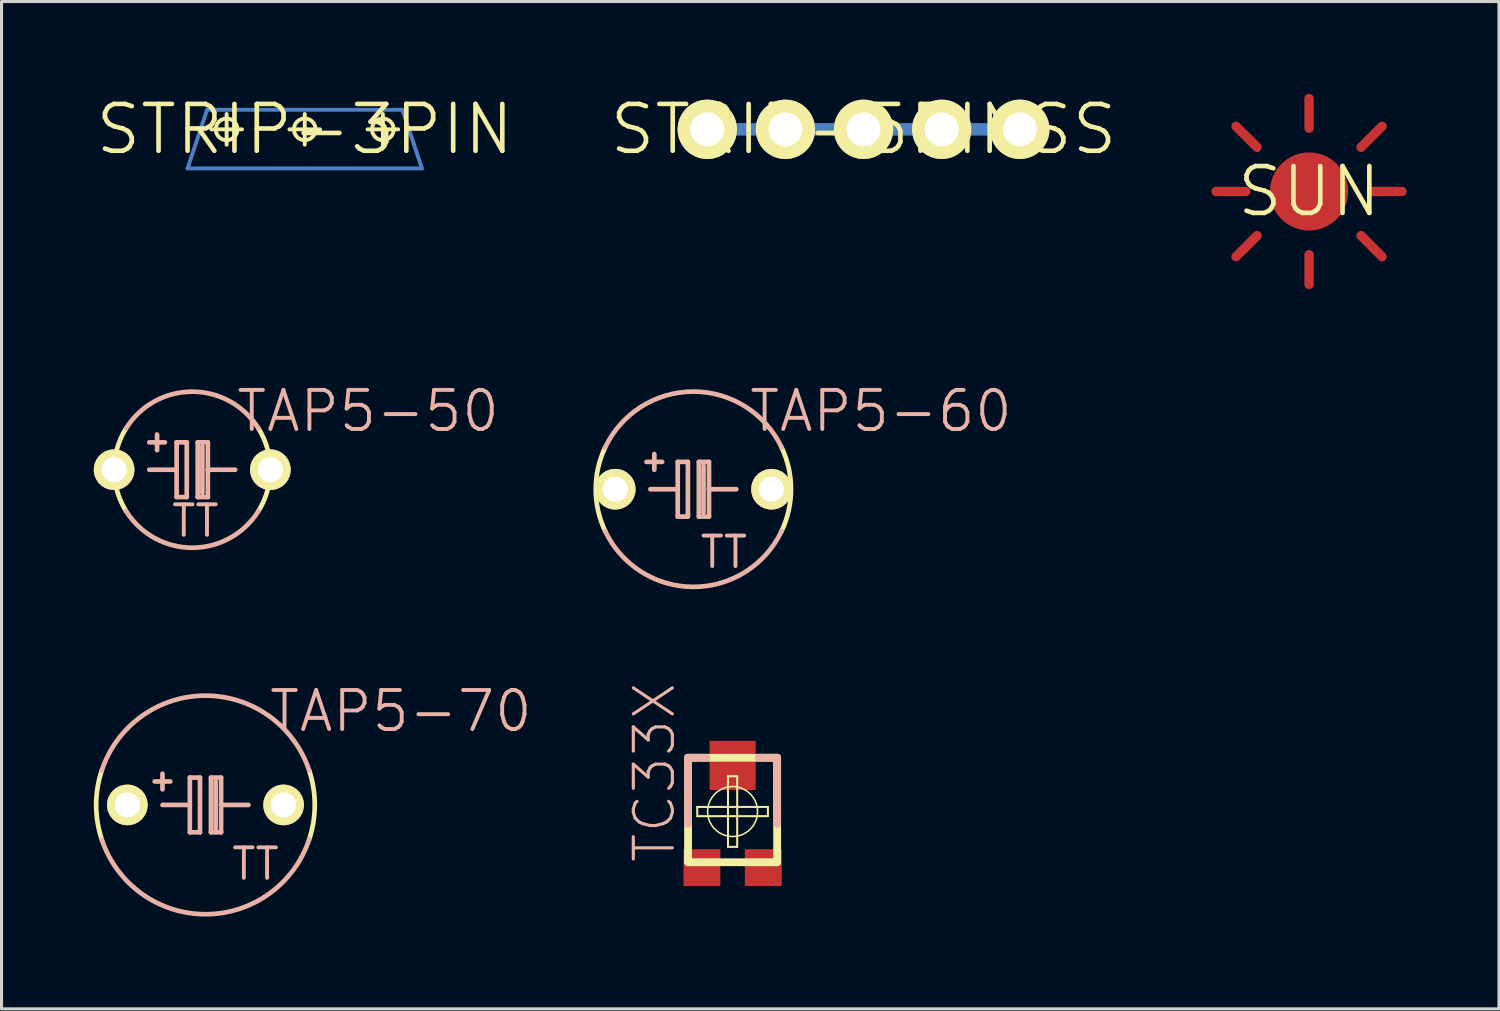
<source format=kicad_pcb>
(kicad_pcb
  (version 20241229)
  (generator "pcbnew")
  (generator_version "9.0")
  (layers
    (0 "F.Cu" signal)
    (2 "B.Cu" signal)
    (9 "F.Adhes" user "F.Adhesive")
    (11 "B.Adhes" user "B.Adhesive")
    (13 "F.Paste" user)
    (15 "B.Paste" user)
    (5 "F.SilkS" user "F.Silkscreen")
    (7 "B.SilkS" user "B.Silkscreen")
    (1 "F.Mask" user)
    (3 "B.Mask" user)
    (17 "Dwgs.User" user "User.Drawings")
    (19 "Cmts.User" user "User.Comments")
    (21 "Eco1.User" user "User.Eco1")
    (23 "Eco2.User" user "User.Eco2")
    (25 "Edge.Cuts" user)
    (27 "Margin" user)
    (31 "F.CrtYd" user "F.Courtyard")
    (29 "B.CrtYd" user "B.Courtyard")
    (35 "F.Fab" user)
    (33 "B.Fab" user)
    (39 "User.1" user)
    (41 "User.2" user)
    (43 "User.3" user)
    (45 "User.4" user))
  (footprint "TC33X"
    (layer "F.Cu")
    (at 20.768 23.335)
    (property "Reference" "TC33X" (at -2.54 -1.27 90) (layer "B.SilkS") (effects (font (size 1.27 1.27) (thickness 0.102))))
    (attr smd)
    (fp_line (start -1.448 -1.748) (end -1.448 1.648) (stroke (width 0.254) (type solid)) (layer "F.SilkS"))
    (fp_line (start -1.448 1.648) (end 1.448 1.648) (stroke (width 0.254) (type solid)) (layer "F.SilkS"))
    (fp_line (start -1.148 -0.15) (end 1.148 -0.15) (stroke (width 0.066) (type solid)) (layer "F.SilkS"))
    (fp_line (start -1.148 0.15) (end -1.148 -0.15) (stroke (width 0.066) (type solid)) (layer "F.SilkS"))
    (fp_line (start -1.148 0.15) (end 1.148 0.15) (stroke (width 0.066) (type solid)) (layer "F.SilkS"))
    (fp_line (start -0.15 -1.148) (end 0.15 -1.148) (stroke (width 0.066) (type solid)) (layer "F.SilkS"))
    (fp_line (start -0.15 1.148) (end -0.15 -1.148) (stroke (width 0.066) (type solid)) (layer "F.SilkS"))
    (fp_line (start -0.15 1.148) (end 0.15 1.148) (stroke (width 0.066) (type solid)) (layer "F.SilkS"))
    (fp_line (start 0.15 1.148) (end 0.15 -1.148) (stroke (width 0.066) (type solid)) (layer "F.SilkS"))
    (fp_line (start 1.148 0.15) (end 1.148 -0.15) (stroke (width 0.066) (type solid)) (layer "F.SilkS"))
    (fp_line (start 1.448 -1.748) (end -1.448 -1.748) (stroke (width 0.254) (type solid)) (layer "F.SilkS"))
    (fp_line (start 1.448 1.648) (end 1.448 -1.748) (stroke (width 0.254) (type solid)) (layer "F.SilkS"))
    (fp_circle (center 0 0) (end -0.574 0.574) (stroke (width 0.051) (type solid)) (fill no) (layer "F.SilkS"))
    (fp_line (start -1.448 -1.748) (end -0.848 -1.748) (stroke (width 0.254) (type solid)) (layer "B.SilkS"))
    (fp_line (start -1.448 0.399) (end -1.448 -1.748) (stroke (width 0.254) (type solid)) (layer "B.SilkS"))
    (fp_line (start 1.448 -1.748) (end 0.848 -1.748) (stroke (width 0.254) (type solid)) (layer "B.SilkS"))
    (fp_line (start 1.448 0.399) (end 1.448 -1.748) (stroke (width 0.254) (type solid)) (layer "B.SilkS"))
    (pad "1" smd rect (at -0.998 1.824) (size 1.199 1.199) (layers "F.Cu" "F.Mask" "F.Paste"))
    (pad "2" smd rect (at 0 -1.499) (size 1.499 1.598) (layers "F.Cu" "F.Mask" "F.Paste"))
    (pad "3" smd rect (at 0.998 1.824) (size 1.199 1.199) (layers "F.Cu" "F.Mask" "F.Paste")))
  (footprint "TAP5-60"
    (layer "F.Cu")
    (at 19.493 12.856)
    (property "Reference" "TAP5-60" (at 6.096 -2.54 0) (layer "B.SilkS") (effects (font (size 1.27 1.27) (thickness 0.127))))
    (attr exclude_from_pos_files exclude_from_bom)
    (fp_arc (start -2.8702 1.35636) (mid -3.174549 -0.000341) (end -2.869908 -1.356977) (stroke (width 0.1524) (type solid)) (layer "F.SilkS"))
    (fp_arc (start 2.8702 -1.35636) (mid 3.174549 0.000341) (end 2.869908 1.356977) (stroke (width 0.1524) (type solid)) (layer "F.SilkS"))
    (fp_line (start -1.397 0) (end -0.508 0) (stroke (width 0.152) (type solid)) (layer "B.SilkS"))
    (fp_line (start -1.27 -0.635) (end -1.27 -1.143) (stroke (width 0.152) (type solid)) (layer "B.SilkS"))
    (fp_line (start -1.016 -0.889) (end -1.524 -0.889) (stroke (width 0.152) (type solid)) (layer "B.SilkS"))
    (fp_line (start -0.508 -0.889) (end -0.508 0) (stroke (width 0.152) (type solid)) (layer "B.SilkS"))
    (fp_line (start -0.508 0) (end -0.508 0.889) (stroke (width 0.152) (type solid)) (layer "B.SilkS"))
    (fp_line (start -0.508 0.889) (end -0.178 0.889) (stroke (width 0.152) (type solid)) (layer "B.SilkS"))
    (fp_line (start -0.178 -0.889) (end -0.508 -0.889) (stroke (width 0.152) (type solid)) (layer "B.SilkS"))
    (fp_line (start -0.178 0.889) (end -0.178 -0.889) (stroke (width 0.152) (type solid)) (layer "B.SilkS"))
    (fp_line (start 0.178 -0.889) (end 0.178 0.889) (stroke (width 0.152) (type solid)) (layer "B.SilkS"))
    (fp_line (start 0.178 0.889) (end 0.508 0.889) (stroke (width 0.152) (type solid)) (layer "B.SilkS"))
    (fp_line (start 0.33 0.762) (end 0.33 -0.762) (stroke (width 0.152) (type solid)) (layer "B.SilkS"))
    (fp_line (start 0.508 -0.889) (end 0.178 -0.889) (stroke (width 0.152) (type solid)) (layer "B.SilkS"))
    (fp_line (start 0.508 0) (end 0.508 -0.889) (stroke (width 0.152) (type solid)) (layer "B.SilkS"))
    (fp_line (start 0.508 0) (end 1.397 0) (stroke (width 0.152) (type solid)) (layer "B.SilkS"))
    (fp_line (start 0.508 0.889) (end 0.508 0) (stroke (width 0.152) (type solid)) (layer "B.SilkS"))
    (fp_arc (start -2.8702 -1.35636) (mid -0.003112 -3.174547) (end 2.867536 -1.361984) (stroke (width 0.1524) (type solid)) (layer "B.SilkS"))
    (fp_arc (start 2.8702 1.35636) (mid 0.003112 3.174547) (end -2.867536 1.361984) (stroke (width 0.1524) (type solid)) (layer "B.SilkS"))
    (fp_text user "TT" (at 0.991 2.045 0) (layer "B.SilkS") (effects (font (size 0.991 0.991) (thickness 0.127))))
    (pad "+" thru_hole circle (at -2.54 0) (size 1.321 1.321) (drill 0.813) (layers "*.Cu" "F.Mask" "F.SilkS" "F.Paste"))
    (pad "-" thru_hole circle (at 2.54 0) (size 1.321 1.321) (drill 0.813) (layers "*.Cu" "F.Mask" "F.SilkS" "F.Paste")))
  (footprint "TAP5-70"
    (layer "F.Cu")
    (at 3.63 23.12)
    (property "Reference" "TAP5-70" (at 6.35 -3.048 0) (layer "B.SilkS") (effects (font (size 1.27 1.27) (thickness 0.127))))
    (attr exclude_from_pos_files exclude_from_bom)
    (fp_arc (start -3.37312 1.1176) (mid -3.553444 -0.001157) (end -3.372391 -1.119797) (stroke (width 0.1524) (type solid)) (layer "F.SilkS"))
    (fp_arc (start 3.37312 -1.1176) (mid 3.553444 0.001157) (end 3.372391 1.119797) (stroke (width 0.1524) (type solid)) (layer "F.SilkS"))
    (fp_line (start -1.397 -0.508) (end -1.397 -1.016) (stroke (width 0.152) (type solid)) (layer "B.SilkS"))
    (fp_line (start -1.397 0) (end -0.508 0) (stroke (width 0.152) (type solid)) (layer "B.SilkS"))
    (fp_line (start -1.143 -0.762) (end -1.651 -0.762) (stroke (width 0.152) (type solid)) (layer "B.SilkS"))
    (fp_line (start -0.508 -0.889) (end -0.508 0) (stroke (width 0.152) (type solid)) (layer "B.SilkS"))
    (fp_line (start -0.508 0) (end -0.508 0.889) (stroke (width 0.152) (type solid)) (layer "B.SilkS"))
    (fp_line (start -0.508 0.889) (end -0.178 0.889) (stroke (width 0.152) (type solid)) (layer "B.SilkS"))
    (fp_line (start -0.178 -0.889) (end -0.508 -0.889) (stroke (width 0.152) (type solid)) (layer "B.SilkS"))
    (fp_line (start -0.178 0.889) (end -0.178 -0.889) (stroke (width 0.152) (type solid)) (layer "B.SilkS"))
    (fp_line (start 0.178 -0.889) (end 0.178 0.889) (stroke (width 0.152) (type solid)) (layer "B.SilkS"))
    (fp_line (start 0.178 0.889) (end 0.508 0.889) (stroke (width 0.152) (type solid)) (layer "B.SilkS"))
    (fp_line (start 0.33 0.762) (end 0.33 -0.762) (stroke (width 0.152) (type solid)) (layer "B.SilkS"))
    (fp_line (start 0.508 -0.889) (end 0.178 -0.889) (stroke (width 0.152) (type solid)) (layer "B.SilkS"))
    (fp_line (start 0.508 0) (end 0.508 -0.889) (stroke (width 0.152) (type solid)) (layer "B.SilkS"))
    (fp_line (start 0.508 0) (end 1.397 0) (stroke (width 0.152) (type solid)) (layer "B.SilkS"))
    (fp_line (start 0.508 0.889) (end 0.508 0) (stroke (width 0.152) (type solid)) (layer "B.SilkS"))
    (fp_arc (start -3.37312 -1.1176) (mid -0.004258 -3.553442) (end 3.370432 -1.125681) (stroke (width 0.1524) (type solid)) (layer "B.SilkS"))
    (fp_arc (start 3.37312 1.1176) (mid 0.004258 3.553442) (end -3.370432 1.125681) (stroke (width 0.1524) (type solid)) (layer "B.SilkS"))
    (fp_text user "TT" (at 1.626 1.918 0) (layer "B.SilkS") (effects (font (size 0.991 0.991) (thickness 0.127))))
    (pad "+" thru_hole circle (at -2.54 0) (size 1.321 1.321) (drill 0.813) (layers "*.Cu" "F.Mask" "F.SilkS" "F.Paste"))
    (pad "-" thru_hole circle (at 2.54 0) (size 1.321 1.321) (drill 0.813) (layers "*.Cu" "F.Mask" "F.SilkS" "F.Paste")))
  (footprint "SUN"
    (layer "F.Cu")
    (at 39.51 3.175)
    (property "Reference" "SUN" (at 0 0 0) (layer "F.SilkS") (effects (font (size 1.524 1.524) (thickness 0.15))))
    (attr smd)
    (pad "P$1" smd circle (at 0 0) (size 2.54 2.54) (layers "F.Cu" "F.Mask" "F.Paste"))
    (pad "P$2" smd oval (at 0 -2.54 90) (size 1.27 0.305) (layers "F.Cu" "F.Mask" "F.Paste"))
    (pad "P$3" smd oval (at 0 2.54 90) (size 1.27 0.305) (layers "F.Cu" "F.Mask" "F.Paste"))
    (pad "P$4" smd oval (at 2.54 0 180) (size 1.27 0.305) (layers "F.Cu" "F.Mask" "F.Paste"))
    (pad "P$5" smd oval (at -2.54 0 180) (size 1.27 0.305) (layers "F.Cu" "F.Mask" "F.Paste"))
    (pad "P$6" smd oval (at 2.032 -1.778 45) (size 1.27 0.305) (layers "F.Cu" "F.Mask" "F.Paste"))
    (pad "P$7" smd oval (at 2.032 1.778 135) (size 1.27 0.305) (layers "F.Cu" "F.Mask" "F.Paste"))
    (pad "P$8" smd oval (at -2.032 1.778 225) (size 1.27 0.305) (layers "F.Cu" "F.Mask" "F.Paste"))
    (pad "P$9" smd oval (at -2.032 -1.778 315) (size 1.27 0.305) (layers "F.Cu" "F.Mask" "F.Paste")))
  (footprint "STRIP-3PIN"
    (layer "F.Cu")
    (at 6.858 1.155)
    (property "Reference" "STRIP-3PIN" (at 0 0 0) (layer "F.SilkS") (effects (font (size 1.524 1.524) (thickness 0.15))))
    (attr exclude_from_pos_files exclude_from_bom)
    (fp_line (start -3.81 1.27) (end 3.81 1.27) (stroke (width 0.127) (type solid)) (layer "B.Cu"))
    (fp_line (start -3.175 -0.635) (end -3.81 1.27) (stroke (width 0.127) (type solid)) (layer "B.Cu"))
    (fp_line (start 3.175 -0.635) (end -3.175 -0.635) (stroke (width 0.127) (type solid)) (layer "B.Cu"))
    (fp_line (start 3.81 1.27) (end 3.175 -0.635) (stroke (width 0.127) (type solid)) (layer "B.Cu"))
    (fp_line (start -3.038 0) (end -2.04 0) (stroke (width 0.127) (type solid)) (layer "F.SilkS"))
    (fp_line (start -2.54 0.498) (end -2.54 -0.498) (stroke (width 0.127) (type solid)) (layer "F.SilkS"))
    (fp_line (start -0.498 0) (end 0.498 0) (stroke (width 0.127) (type solid)) (layer "F.SilkS"))
    (fp_line (start 0 0.498) (end 0 -0.498) (stroke (width 0.127) (type solid)) (layer "F.SilkS"))
    (fp_line (start 2.04 0) (end 3.038 0) (stroke (width 0.127) (type solid)) (layer "F.SilkS"))
    (fp_line (start 2.54 0.498) (end 2.54 -0.498) (stroke (width 0.127) (type solid)) (layer "F.SilkS"))
    (fp_circle (center -2.54 0) (end -2.789 0.249) (stroke (width 0.127) (type solid)) (fill no) (layer "F.SilkS"))
    (fp_circle (center 0 0) (end -0.249 0.249) (stroke (width 0.127) (type solid)) (fill no) (layer "F.SilkS"))
    (fp_circle (center 2.54 0) (end 2.789 0.249) (stroke (width 0.127) (type solid)) (fill no) (layer "F.SilkS")))
  (footprint "STRIP-5PINSS"
    (layer "F.Cu")
    (at 25.026 1.155)
    (property "Reference" "STRIP-5PINSS" (at 0 0 0) (layer "F.SilkS") (effects (font (size 1.524 1.524) (thickness 0.15))))
    (attr exclude_from_pos_files exclude_from_bom)
    (fp_line (start -5.08 0) (end 5.08 0) (stroke (width 0.406) (type solid)) (layer "B.Cu"))
    (pad "P$1" thru_hole circle (at 0 0) (size 1.93 1.93) (drill 1.1) (layers "*.Cu" "F.Mask" "F.SilkS" "F.Paste"))
    (pad "P$2" thru_hole circle (at -2.54 0) (size 1.93 1.93) (drill 1.1) (layers "*.Cu" "F.Mask" "F.SilkS" "F.Paste"))
    (pad "P$3" thru_hole circle (at -5.08 0) (size 1.93 1.93) (drill 1.1) (layers "*.Cu" "F.Mask" "F.SilkS" "F.Paste"))
    (pad "P$4" thru_hole circle (at 5.08 0) (size 1.93 1.93) (drill 1.1) (layers "*.Cu" "F.Mask" "F.SilkS" "F.Paste"))
    (pad "P$5" thru_hole circle (at 2.54 0) (size 1.93 1.93) (drill 1.1) (layers "*.Cu" "F.Mask" "F.SilkS" "F.Paste")))
  (footprint "TAP5-50"
    (layer "F.Cu")
    (at 3.2 12.221)
    (property "Reference" "TAP5-50" (at 5.715 -1.905 0) (layer "B.SilkS") (effects (font (size 1.27 1.27) (thickness 0.127))))
    (attr exclude_from_pos_files exclude_from_bom)
    (fp_arc (start -2.15392 1.34112) (mid -2.537316 0.000359) (end -2.154299 -1.34051) (stroke (width 0.1524) (type solid)) (layer "F.SilkS"))
    (fp_arc (start 2.15392 -1.34112) (mid 2.537316 -0.000359) (end 2.154299 1.34051) (stroke (width 0.1524) (type solid)) (layer "F.SilkS"))
    (fp_line (start -1.397 0) (end -0.508 0) (stroke (width 0.152) (type solid)) (layer "B.SilkS"))
    (fp_line (start -1.143 -0.635) (end -1.143 -1.143) (stroke (width 0.152) (type solid)) (layer "B.SilkS"))
    (fp_line (start -0.889 -0.889) (end -1.397 -0.889) (stroke (width 0.152) (type solid)) (layer "B.SilkS"))
    (fp_line (start -0.508 -0.889) (end -0.508 0) (stroke (width 0.152) (type solid)) (layer "B.SilkS"))
    (fp_line (start -0.508 0) (end -0.508 0.889) (stroke (width 0.152) (type solid)) (layer "B.SilkS"))
    (fp_line (start -0.508 0.889) (end -0.178 0.889) (stroke (width 0.152) (type solid)) (layer "B.SilkS"))
    (fp_line (start -0.178 -0.889) (end -0.508 -0.889) (stroke (width 0.152) (type solid)) (layer "B.SilkS"))
    (fp_line (start -0.178 0.889) (end -0.178 -0.889) (stroke (width 0.152) (type solid)) (layer "B.SilkS"))
    (fp_line (start 0.178 -0.889) (end 0.178 0.889) (stroke (width 0.152) (type solid)) (layer "B.SilkS"))
    (fp_line (start 0.178 0.889) (end 0.508 0.889) (stroke (width 0.152) (type solid)) (layer "B.SilkS"))
    (fp_line (start 0.33 0.762) (end 0.33 -0.762) (stroke (width 0.152) (type solid)) (layer "B.SilkS"))
    (fp_line (start 0.508 -0.889) (end 0.178 -0.889) (stroke (width 0.152) (type solid)) (layer "B.SilkS"))
    (fp_line (start 0.508 0) (end 0.508 -0.889) (stroke (width 0.152) (type solid)) (layer "B.SilkS"))
    (fp_line (start 0.508 0) (end 1.397 0) (stroke (width 0.152) (type solid)) (layer "B.SilkS"))
    (fp_line (start 0.508 0.889) (end 0.508 0) (stroke (width 0.152) (type solid)) (layer "B.SilkS"))
    (fp_arc (start -2.15392 -1.34112) (mid -0.001855 -2.537316) (end 2.151957 -1.344268) (stroke (width 0.1524) (type solid)) (layer "B.SilkS"))
    (fp_arc (start 2.15392 1.34112) (mid 0.001855 2.537316) (end -2.151957 1.344268) (stroke (width 0.1524) (type solid)) (layer "B.SilkS"))
    (fp_text user "TT" (at 0.102 1.664 0) (layer "B.SilkS") (effects (font (size 0.991 0.991) (thickness 0.127))))
    (pad "+" thru_hole circle (at -2.54 0) (size 1.321 1.321) (drill 0.813) (layers "*.Cu" "F.Mask" "F.SilkS" "F.Paste"))
    (pad "-" thru_hole circle (at 2.54 0) (size 1.321 1.321) (drill 0.813) (layers "*.Cu" "F.Mask" "F.SilkS" "F.Paste")))
  (gr_rect
    (start -3 -3)
    (end 45.685 29.75)
    (stroke (width 0.1) (type default))
    (fill no)
    (layer "Edge.Cuts")))
</source>
